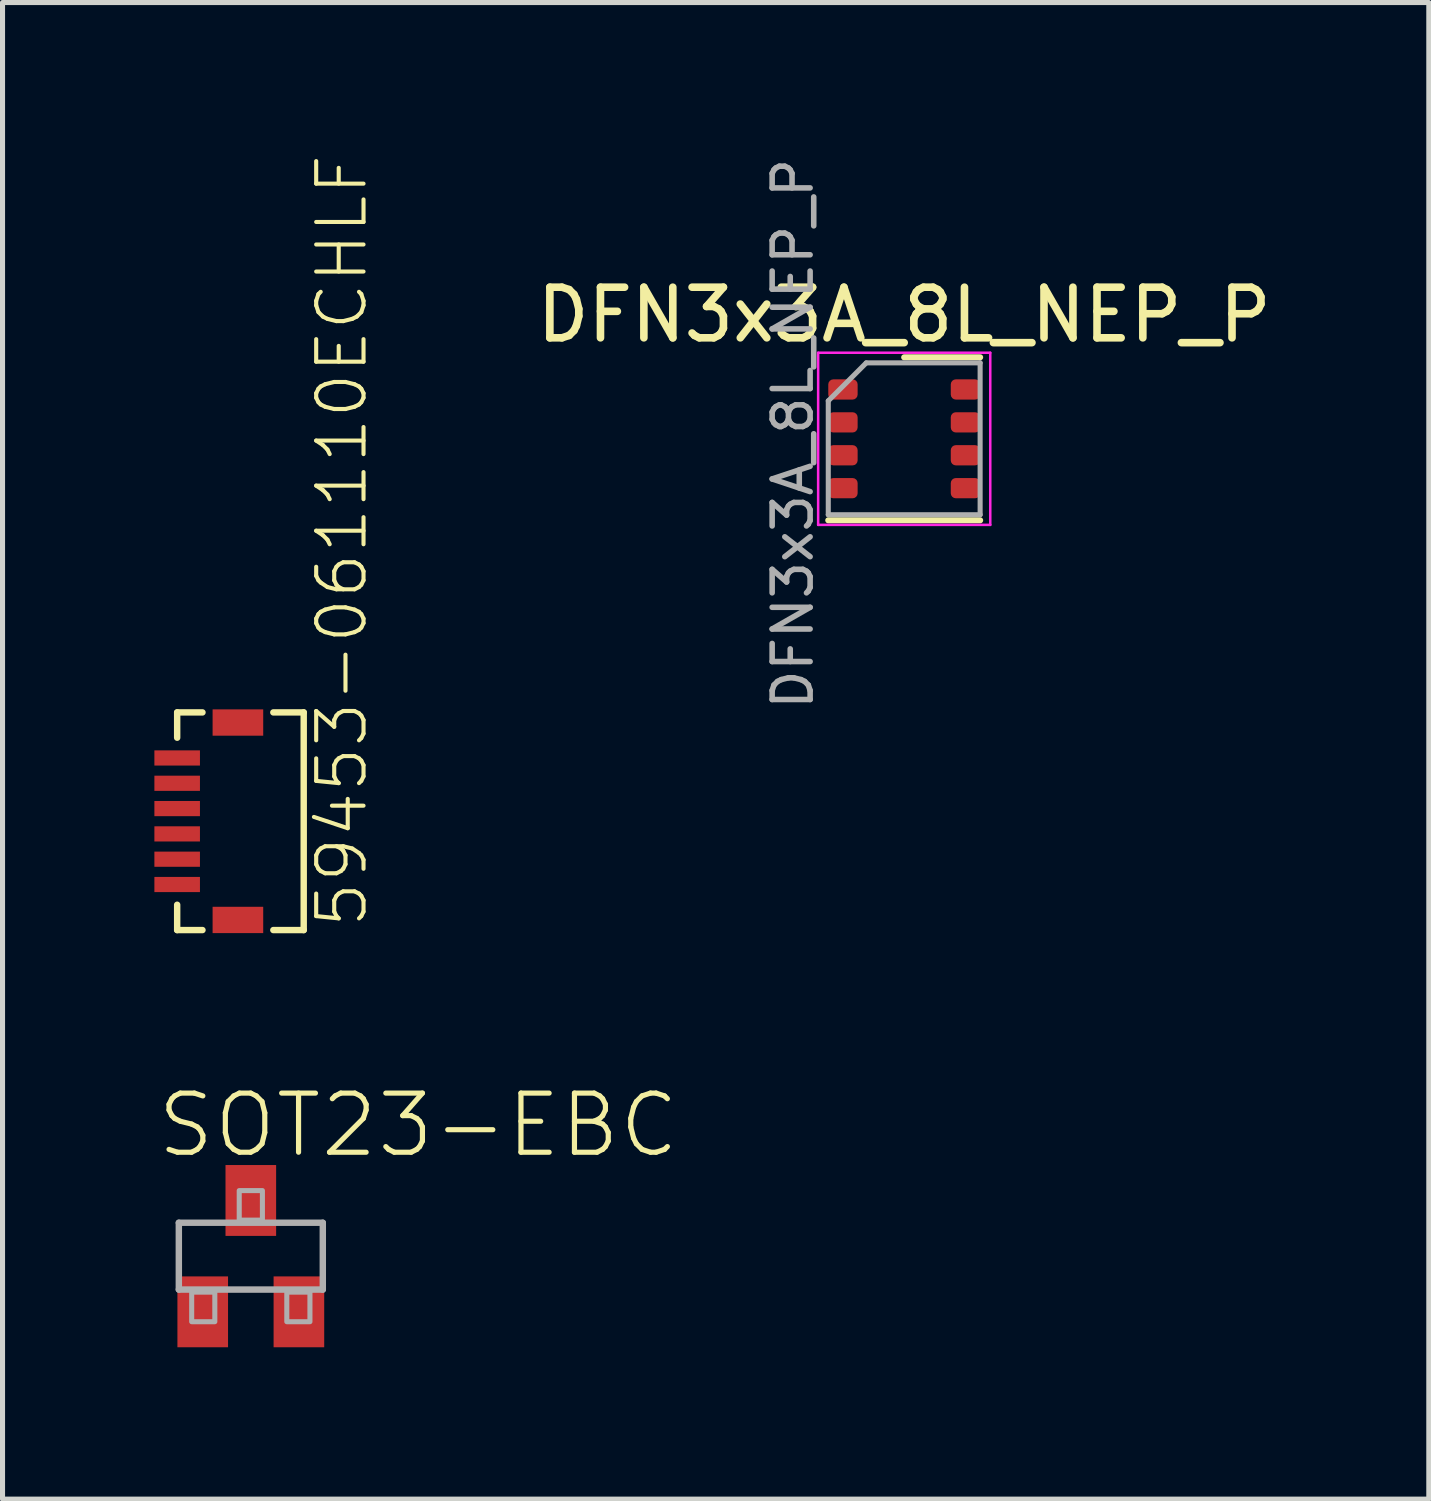
<source format=kicad_pcb>
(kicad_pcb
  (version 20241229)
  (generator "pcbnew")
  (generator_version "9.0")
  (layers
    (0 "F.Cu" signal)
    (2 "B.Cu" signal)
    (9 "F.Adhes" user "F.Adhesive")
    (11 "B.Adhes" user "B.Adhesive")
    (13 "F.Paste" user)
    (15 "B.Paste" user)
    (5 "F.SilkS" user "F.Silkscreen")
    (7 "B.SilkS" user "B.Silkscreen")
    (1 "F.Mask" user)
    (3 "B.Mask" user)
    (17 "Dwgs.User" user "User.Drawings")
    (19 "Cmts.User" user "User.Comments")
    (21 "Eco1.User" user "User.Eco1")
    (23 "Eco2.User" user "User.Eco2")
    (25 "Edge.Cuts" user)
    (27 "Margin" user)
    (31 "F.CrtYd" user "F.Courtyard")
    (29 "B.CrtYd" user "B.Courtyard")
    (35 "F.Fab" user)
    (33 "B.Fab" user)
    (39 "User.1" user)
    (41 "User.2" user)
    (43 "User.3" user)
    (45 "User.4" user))
  (footprint "SOT23-EBC"
    (layer "F.Cu")
    (at 1.905 21.766)
    (property "Reference" "SOT23-EBC" (at -1.905 -1.905 0) (layer "F.SilkS") (effects (font (size 1.168 1.168) (thickness 0.102)) (justify left bottom)))
    (fp_line (start -1.422 -0.66) (end 1.422 -0.66) (stroke (width 0.127) (type solid)) (layer "F.Fab"))
    (fp_line (start -1.422 0.66) (end -1.422 -0.66) (stroke (width 0.127) (type solid)) (layer "F.Fab"))
    (fp_line (start 1.422 -0.66) (end 1.422 0.66) (stroke (width 0.127) (type solid)) (layer "F.Fab"))
    (fp_line (start 1.422 0.66) (end -1.422 0.66) (stroke (width 0.127) (type solid)) (layer "F.Fab"))
    (fp_poly (pts (xy -1.168 1.295) (xy -0.711 1.295) (xy -0.711 0.711) (xy -1.168 0.711)) (stroke (width 0.1) (type solid)) (fill no) (layer "F.Fab"))
    (fp_poly (pts (xy -0.229 -0.711) (xy 0.229 -0.711) (xy 0.229 -1.295) (xy -0.229 -1.295)) (stroke (width 0.1) (type solid)) (fill no) (layer "F.Fab"))
    (fp_poly (pts (xy 0.711 1.295) (xy 1.168 1.295) (xy 1.168 0.711) (xy 0.711 0.711)) (stroke (width 0.1) (type solid)) (fill no) (layer "F.Fab"))
    (pad "B" smd rect (at 0.95 1.1) (size 1 1.4) (layers "F.Cu" "F.Mask" "F.Paste"))
    (pad "C" smd rect (at 0 -1.1) (size 1 1.4) (layers "F.Cu" "F.Mask" "F.Paste"))
    (pad "E" smd rect (at -0.95 1.1) (size 1 1.4) (layers "F.Cu" "F.Mask" "F.Paste")))
  (footprint "59453-061110ECHLF"
    (layer "F.Cu")
    (at 0.45 11.924)
    (property "Reference" "59453-061110ECHLF" (at 3.8 3.4 90) (layer "F.SilkS") (effects (font (size 0.935 0.935) (thickness 0.081)) (justify left bottom)))
    (fp_line (start 0 -0.9) (end 0 -0.4) (stroke (width 0.127) (type solid)) (layer "F.SilkS"))
    (fp_line (start 0 3.4) (end 0 2.9) (stroke (width 0.127) (type solid)) (layer "F.SilkS"))
    (fp_line (start 0.5 -0.9) (end 0 -0.9) (stroke (width 0.127) (type solid)) (layer "F.SilkS"))
    (fp_line (start 0.5 3.4) (end 0 3.4) (stroke (width 0.127) (type solid)) (layer "F.SilkS"))
    (fp_line (start 1.9 3.4) (end 2.5 3.4) (stroke (width 0.127) (type solid)) (layer "F.SilkS"))
    (fp_line (start 2.5 -0.9) (end 1.9 -0.9) (stroke (width 0.127) (type solid)) (layer "F.SilkS"))
    (fp_line (start 2.5 3.4) (end 2.5 -0.9) (stroke (width 0.127) (type solid)) (layer "F.SilkS"))
    (pad "P$0" smd rect (at 1.2 -0.7) (size 1 0.52) (layers "F.Cu" "F.Mask" "F.Paste"))
    (pad "P$1" smd rect (at 0 0) (size 0.9 0.3) (layers "F.Cu" "F.Mask" "F.Paste"))
    (pad "P$2" smd rect (at 0 0.5) (size 0.9 0.3) (layers "F.Cu" "F.Mask" "F.Paste"))
    (pad "P$3" smd rect (at 0 1) (size 0.9 0.3) (layers "F.Cu" "F.Mask" "F.Paste"))
    (pad "P$4" smd rect (at 0 1.5) (size 0.9 0.3) (layers "F.Cu" "F.Mask" "F.Paste"))
    (pad "P$5" smd rect (at 0 2) (size 0.9 0.3) (layers "F.Cu" "F.Mask" "F.Paste"))
    (pad "P$6" smd rect (at 0 2.5) (size 0.9 0.3) (layers "F.Cu" "F.Mask" "F.Paste"))
    (pad "P$8" smd rect (at 1.2 3.2) (size 1 0.52) (layers "F.Cu" "F.Mask" "F.Paste")))
  (footprint "DFN3x3A_8L_NEP_P"
    (layer "F.Cu")
    (at 14.813 5.619)
    (property "Reference" "DFN3x3A_8L_NEP_P" (at 0 -2.45 0) (layer "F.SilkS") (effects (font (size 1 1) (thickness 0.15))))
    (attr smd)
    (fp_line (start -1.5 1.61) (end 1.5 1.61) (stroke (width 0.12) (type solid)) (layer "F.SilkS"))
    (fp_line (start 0 -1.61) (end 1.5 -1.61) (stroke (width 0.12) (type solid)) (layer "F.SilkS"))
    (fp_line (start -1.7 -1.7) (end -1.7 1.7) (stroke (width 0.05) (type solid)) (layer "F.CrtYd"))
    (fp_line (start -1.7 1.7) (end 1.7 1.7) (stroke (width 0.05) (type solid)) (layer "F.CrtYd"))
    (fp_line (start 1.7 -1.7) (end -1.7 -1.7) (stroke (width 0.05) (type solid)) (layer "F.CrtYd"))
    (fp_line (start 1.7 1.7) (end 1.7 -1.7) (stroke (width 0.05) (type solid)) (layer "F.CrtYd"))
    (fp_line (start -1.5 -0.75) (end -0.75 -1.5) (stroke (width 0.1) (type solid)) (layer "F.Fab"))
    (fp_line (start -1.5 1.5) (end -1.5 -0.75) (stroke (width 0.1) (type solid)) (layer "F.Fab"))
    (fp_line (start -0.75 -1.5) (end 1.5 -1.5) (stroke (width 0.1) (type solid)) (layer "F.Fab"))
    (fp_line (start 1.5 -1.5) (end 1.5 1.5) (stroke (width 0.1) (type solid)) (layer "F.Fab"))
    (fp_line (start 1.5 1.5) (end -1.5 1.5) (stroke (width 0.1) (type solid)) (layer "F.Fab"))
    (fp_text user "${REFERENCE}" (at -2.2 -0.1 90) (layer "F.Fab") (effects (font (size 0.75 0.75) (thickness 0.11))))
    (pad "1" smd roundrect (at -1.21 -0.975) (size 0.58 0.4) (layers "F.Cu" "F.Mask" "F.Paste") (roundrect_rratio 0.25))
    (pad "2" smd roundrect (at -1.21 -0.325) (size 0.58 0.4) (layers "F.Cu" "F.Mask" "F.Paste") (roundrect_rratio 0.25))
    (pad "3" smd roundrect (at -1.21 0.325) (size 0.58 0.4) (layers "F.Cu" "F.Mask" "F.Paste") (roundrect_rratio 0.25))
    (pad "4" smd roundrect (at -1.21 0.975) (size 0.58 0.4) (layers "F.Cu" "F.Mask" "F.Paste") (roundrect_rratio 0.25))
    (pad "5" smd roundrect (at 1.21 0.975) (size 0.58 0.4) (layers "F.Cu" "F.Mask" "F.Paste") (roundrect_rratio 0.25))
    (pad "6" smd roundrect (at 1.21 0.325) (size 0.58 0.4) (layers "F.Cu" "F.Mask" "F.Paste") (roundrect_rratio 0.25))
    (pad "7" smd roundrect (at 1.21 -0.325) (size 0.58 0.4) (layers "F.Cu" "F.Mask" "F.Paste") (roundrect_rratio 0.25))
    (pad "8" smd roundrect (at 1.21 -0.975) (size 0.58 0.4) (layers "F.Cu" "F.Mask" "F.Paste") (roundrect_rratio 0.25)))
  (gr_rect
    (start -3 -3)
    (end 25.177 26.566)
    (stroke (width 0.1) (type default))
    (fill no)
    (layer "Edge.Cuts")))
</source>
